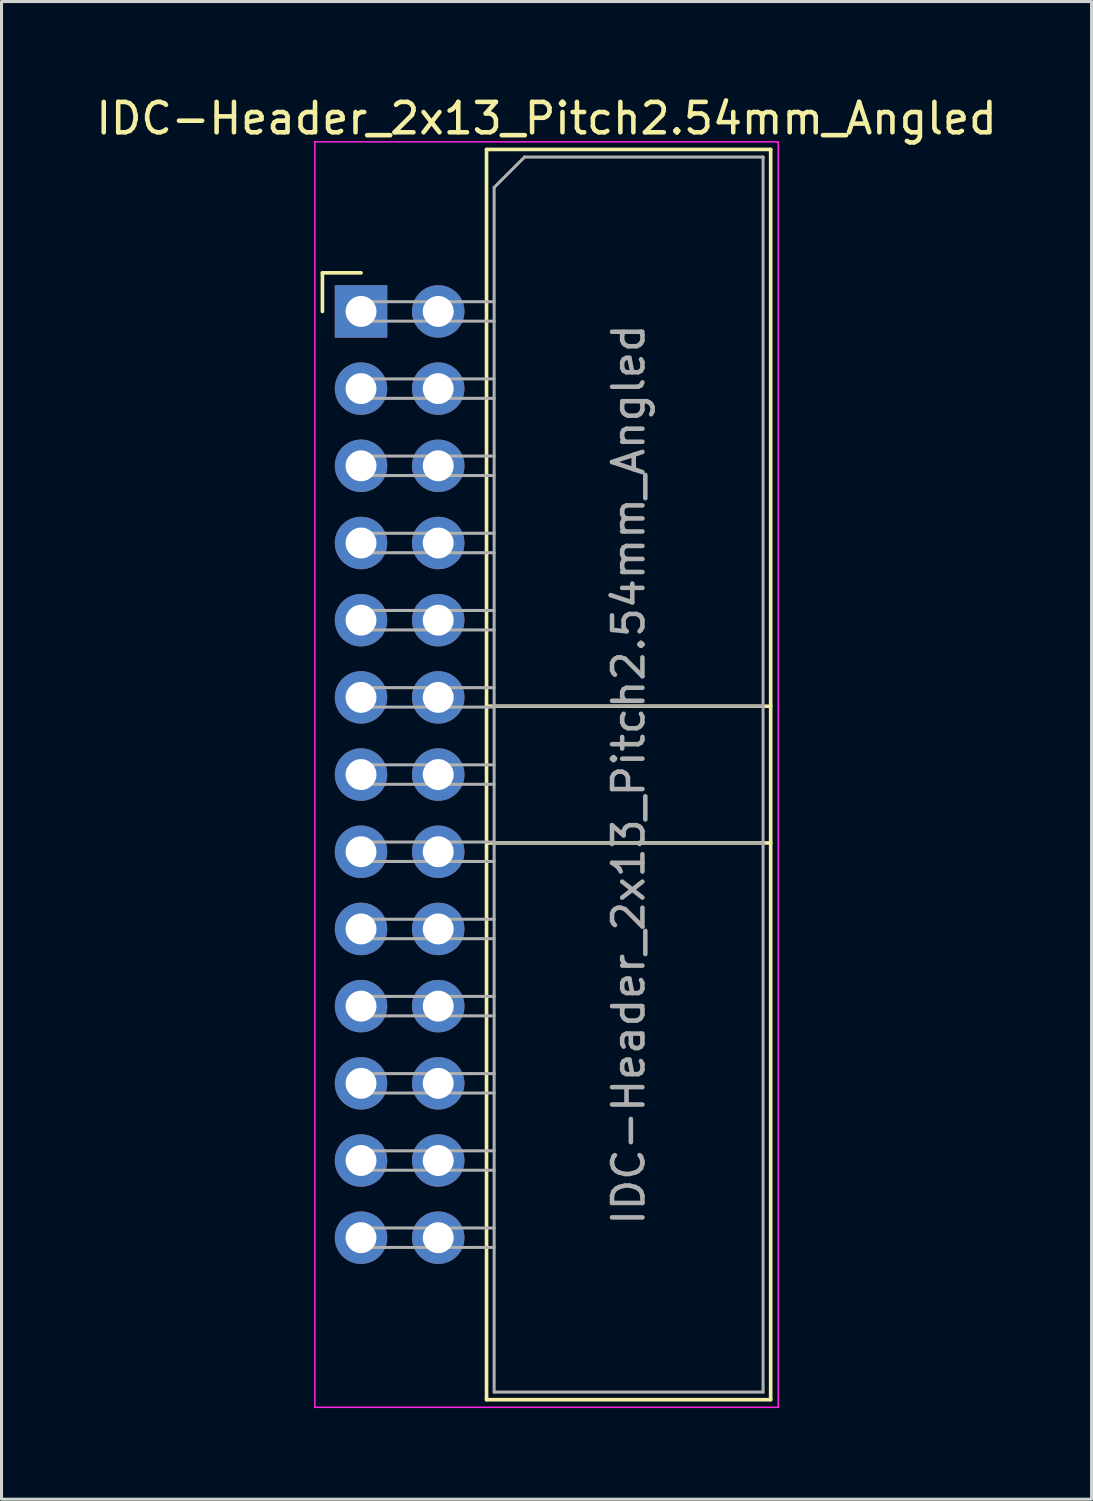
<source format=kicad_pcb>
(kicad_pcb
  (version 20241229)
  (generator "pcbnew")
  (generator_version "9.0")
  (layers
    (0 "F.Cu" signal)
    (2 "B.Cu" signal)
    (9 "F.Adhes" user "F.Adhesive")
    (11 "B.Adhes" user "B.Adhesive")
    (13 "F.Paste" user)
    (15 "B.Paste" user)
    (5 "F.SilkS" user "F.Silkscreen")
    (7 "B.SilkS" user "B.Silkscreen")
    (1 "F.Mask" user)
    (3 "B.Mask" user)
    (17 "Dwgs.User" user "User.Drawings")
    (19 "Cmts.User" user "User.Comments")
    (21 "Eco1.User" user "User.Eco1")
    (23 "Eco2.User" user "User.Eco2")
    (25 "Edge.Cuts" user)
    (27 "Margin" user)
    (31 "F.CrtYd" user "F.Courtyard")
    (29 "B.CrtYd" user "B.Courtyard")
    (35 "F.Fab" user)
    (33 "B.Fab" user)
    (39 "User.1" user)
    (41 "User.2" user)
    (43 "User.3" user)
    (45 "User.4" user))
  (footprint "IDC-Header_2x13_Pitch2.54mm_Angled"
    (layer "F.Cu")
    (at 8.83 7.198)
    (property "Reference" "IDC-Header_2x13_Pitch2.54mm_Angled" (at 6.105 -6.35 0) (layer "F.SilkS") (effects (font (size 1 1) (thickness 0.15))))
    (attr through_hole)
    (fp_line (start -1.27 -1.27) (end -1.27 0) (stroke (width 0.12) (type solid)) (layer "F.SilkS"))
    (fp_line (start 0 -1.27) (end -1.27 -1.27) (stroke (width 0.12) (type solid)) (layer "F.SilkS"))
    (fp_line (start 4.13 -5.33) (end 13.48 -5.33) (stroke (width 0.12) (type solid)) (layer "F.SilkS"))
    (fp_line (start 4.13 12.99) (end 13.48 12.99) (stroke (width 0.12) (type solid)) (layer "F.SilkS"))
    (fp_line (start 4.13 17.49) (end 13.48 17.49) (stroke (width 0.12) (type solid)) (layer "F.SilkS"))
    (fp_line (start 4.13 35.81) (end 4.13 -5.33) (stroke (width 0.12) (type solid)) (layer "F.SilkS"))
    (fp_line (start 4.13 35.81) (end 13.48 35.81) (stroke (width 0.12) (type solid)) (layer "F.SilkS"))
    (fp_line (start 13.48 -5.33) (end 13.48 35.81) (stroke (width 0.12) (type solid)) (layer "F.SilkS"))
    (fp_line (start -1.52 -5.58) (end 13.73 -5.58) (stroke (width 0.05) (type solid)) (layer "F.CrtYd"))
    (fp_line (start -1.52 36.06) (end -1.52 -5.58) (stroke (width 0.05) (type solid)) (layer "F.CrtYd"))
    (fp_line (start 13.73 -5.58) (end 13.73 36.06) (stroke (width 0.05) (type solid)) (layer "F.CrtYd"))
    (fp_line (start 13.73 36.06) (end -1.52 36.06) (stroke (width 0.05) (type solid)) (layer "F.CrtYd"))
    (fp_line (start -0.32 -0.32) (end -0.32 0.32) (stroke (width 0.1) (type solid)) (layer "F.Fab"))
    (fp_line (start -0.32 0.32) (end 4.38 0.32) (stroke (width 0.1) (type solid)) (layer "F.Fab"))
    (fp_line (start -0.32 2.22) (end -0.32 2.86) (stroke (width 0.1) (type solid)) (layer "F.Fab"))
    (fp_line (start -0.32 2.86) (end 4.38 2.86) (stroke (width 0.1) (type solid)) (layer "F.Fab"))
    (fp_line (start -0.32 4.76) (end -0.32 5.4) (stroke (width 0.1) (type solid)) (layer "F.Fab"))
    (fp_line (start -0.32 5.4) (end 4.38 5.4) (stroke (width 0.1) (type solid)) (layer "F.Fab"))
    (fp_line (start -0.32 7.3) (end -0.32 7.94) (stroke (width 0.1) (type solid)) (layer "F.Fab"))
    (fp_line (start -0.32 7.94) (end 4.38 7.94) (stroke (width 0.1) (type solid)) (layer "F.Fab"))
    (fp_line (start -0.32 9.84) (end -0.32 10.48) (stroke (width 0.1) (type solid)) (layer "F.Fab"))
    (fp_line (start -0.32 10.48) (end 4.38 10.48) (stroke (width 0.1) (type solid)) (layer "F.Fab"))
    (fp_line (start -0.32 12.38) (end -0.32 13.02) (stroke (width 0.1) (type solid)) (layer "F.Fab"))
    (fp_line (start -0.32 13.02) (end 4.38 13.02) (stroke (width 0.1) (type solid)) (layer "F.Fab"))
    (fp_line (start -0.32 14.92) (end -0.32 15.56) (stroke (width 0.1) (type solid)) (layer "F.Fab"))
    (fp_line (start -0.32 15.56) (end 4.38 15.56) (stroke (width 0.1) (type solid)) (layer "F.Fab"))
    (fp_line (start -0.32 17.46) (end -0.32 18.1) (stroke (width 0.1) (type solid)) (layer "F.Fab"))
    (fp_line (start -0.32 18.1) (end 4.38 18.1) (stroke (width 0.1) (type solid)) (layer "F.Fab"))
    (fp_line (start -0.32 20) (end -0.32 20.64) (stroke (width 0.1) (type solid)) (layer "F.Fab"))
    (fp_line (start -0.32 20.64) (end 4.38 20.64) (stroke (width 0.1) (type solid)) (layer "F.Fab"))
    (fp_line (start -0.32 22.54) (end -0.32 23.18) (stroke (width 0.1) (type solid)) (layer "F.Fab"))
    (fp_line (start -0.32 23.18) (end 4.38 23.18) (stroke (width 0.1) (type solid)) (layer "F.Fab"))
    (fp_line (start -0.32 25.08) (end -0.32 25.72) (stroke (width 0.1) (type solid)) (layer "F.Fab"))
    (fp_line (start -0.32 25.72) (end 4.38 25.72) (stroke (width 0.1) (type solid)) (layer "F.Fab"))
    (fp_line (start -0.32 27.62) (end -0.32 28.26) (stroke (width 0.1) (type solid)) (layer "F.Fab"))
    (fp_line (start -0.32 28.26) (end 4.38 28.26) (stroke (width 0.1) (type solid)) (layer "F.Fab"))
    (fp_line (start -0.32 30.16) (end -0.32 30.8) (stroke (width 0.1) (type solid)) (layer "F.Fab"))
    (fp_line (start -0.32 30.8) (end 4.38 30.8) (stroke (width 0.1) (type solid)) (layer "F.Fab"))
    (fp_line (start 4.38 -4.08) (end 5.38 -5.08) (stroke (width 0.1) (type solid)) (layer "F.Fab"))
    (fp_line (start 4.38 -0.32) (end -0.32 -0.32) (stroke (width 0.1) (type solid)) (layer "F.Fab"))
    (fp_line (start 4.38 2.22) (end -0.32 2.22) (stroke (width 0.1) (type solid)) (layer "F.Fab"))
    (fp_line (start 4.38 4.76) (end -0.32 4.76) (stroke (width 0.1) (type solid)) (layer "F.Fab"))
    (fp_line (start 4.38 7.3) (end -0.32 7.3) (stroke (width 0.1) (type solid)) (layer "F.Fab"))
    (fp_line (start 4.38 9.84) (end -0.32 9.84) (stroke (width 0.1) (type solid)) (layer "F.Fab"))
    (fp_line (start 4.38 12.38) (end -0.32 12.38) (stroke (width 0.1) (type solid)) (layer "F.Fab"))
    (fp_line (start 4.38 12.99) (end 13.23 12.99) (stroke (width 0.1) (type solid)) (layer "F.Fab"))
    (fp_line (start 4.38 14.92) (end -0.32 14.92) (stroke (width 0.1) (type solid)) (layer "F.Fab"))
    (fp_line (start 4.38 17.46) (end -0.32 17.46) (stroke (width 0.1) (type solid)) (layer "F.Fab"))
    (fp_line (start 4.38 17.49) (end 13.23 17.49) (stroke (width 0.1) (type solid)) (layer "F.Fab"))
    (fp_line (start 4.38 20) (end -0.32 20) (stroke (width 0.1) (type solid)) (layer "F.Fab"))
    (fp_line (start 4.38 22.54) (end -0.32 22.54) (stroke (width 0.1) (type solid)) (layer "F.Fab"))
    (fp_line (start 4.38 25.08) (end -0.32 25.08) (stroke (width 0.1) (type solid)) (layer "F.Fab"))
    (fp_line (start 4.38 27.62) (end -0.32 27.62) (stroke (width 0.1) (type solid)) (layer "F.Fab"))
    (fp_line (start 4.38 30.16) (end -0.32 30.16) (stroke (width 0.1) (type solid)) (layer "F.Fab"))
    (fp_line (start 4.38 35.56) (end 4.38 -4.08) (stroke (width 0.1) (type solid)) (layer "F.Fab"))
    (fp_line (start 4.38 35.56) (end 13.23 35.56) (stroke (width 0.1) (type solid)) (layer "F.Fab"))
    (fp_line (start 5.38 -5.08) (end 13.23 -5.08) (stroke (width 0.1) (type solid)) (layer "F.Fab"))
    (fp_line (start 13.23 35.56) (end 13.23 -5.08) (stroke (width 0.1) (type solid)) (layer "F.Fab"))
    (fp_text user "${REFERENCE}" (at 8.805 15.24 90) (layer "F.Fab") (effects (font (size 1 1) (thickness 0.15))))
    (pad "1" thru_hole rect (at 0 0) (size 1.727 1.727) (drill 1.016) (layers "*.Cu" "*.Mask"))
    (pad "2" thru_hole oval (at 2.54 0) (size 1.727 1.727) (drill 1.016) (layers "*.Cu" "*.Mask"))
    (pad "3" thru_hole oval (at 0 2.54) (size 1.727 1.727) (drill 1.016) (layers "*.Cu" "*.Mask"))
    (pad "4" thru_hole oval (at 2.54 2.54) (size 1.727 1.727) (drill 1.016) (layers "*.Cu" "*.Mask"))
    (pad "5" thru_hole oval (at 0 5.08) (size 1.727 1.727) (drill 1.016) (layers "*.Cu" "*.Mask"))
    (pad "6" thru_hole oval (at 2.54 5.08) (size 1.727 1.727) (drill 1.016) (layers "*.Cu" "*.Mask"))
    (pad "7" thru_hole oval (at 0 7.62) (size 1.727 1.727) (drill 1.016) (layers "*.Cu" "*.Mask"))
    (pad "8" thru_hole oval (at 2.54 7.62) (size 1.727 1.727) (drill 1.016) (layers "*.Cu" "*.Mask"))
    (pad "9" thru_hole oval (at 0 10.16) (size 1.727 1.727) (drill 1.016) (layers "*.Cu" "*.Mask"))
    (pad "10" thru_hole oval (at 2.54 10.16) (size 1.727 1.727) (drill 1.016) (layers "*.Cu" "*.Mask"))
    (pad "11" thru_hole oval (at 0 12.7) (size 1.727 1.727) (drill 1.016) (layers "*.Cu" "*.Mask"))
    (pad "12" thru_hole oval (at 2.54 12.7) (size 1.727 1.727) (drill 1.016) (layers "*.Cu" "*.Mask"))
    (pad "13" thru_hole oval (at 0 15.24) (size 1.727 1.727) (drill 1.016) (layers "*.Cu" "*.Mask"))
    (pad "14" thru_hole oval (at 2.54 15.24) (size 1.727 1.727) (drill 1.016) (layers "*.Cu" "*.Mask"))
    (pad "15" thru_hole oval (at 0 17.78) (size 1.727 1.727) (drill 1.016) (layers "*.Cu" "*.Mask"))
    (pad "16" thru_hole oval (at 2.54 17.78) (size 1.727 1.727) (drill 1.016) (layers "*.Cu" "*.Mask"))
    (pad "17" thru_hole oval (at 0 20.32) (size 1.727 1.727) (drill 1.016) (layers "*.Cu" "*.Mask"))
    (pad "18" thru_hole oval (at 2.54 20.32) (size 1.727 1.727) (drill 1.016) (layers "*.Cu" "*.Mask"))
    (pad "19" thru_hole oval (at 0 22.86) (size 1.727 1.727) (drill 1.016) (layers "*.Cu" "*.Mask"))
    (pad "20" thru_hole oval (at 2.54 22.86) (size 1.727 1.727) (drill 1.016) (layers "*.Cu" "*.Mask"))
    (pad "21" thru_hole oval (at 0 25.4) (size 1.727 1.727) (drill 1.016) (layers "*.Cu" "*.Mask"))
    (pad "22" thru_hole oval (at 2.54 25.4) (size 1.727 1.727) (drill 1.016) (layers "*.Cu" "*.Mask"))
    (pad "23" thru_hole oval (at 0 27.94) (size 1.727 1.727) (drill 1.016) (layers "*.Cu" "*.Mask"))
    (pad "24" thru_hole oval (at 2.54 27.94) (size 1.727 1.727) (drill 1.016) (layers "*.Cu" "*.Mask"))
    (pad "25" thru_hole oval (at 0 30.48) (size 1.727 1.727) (drill 1.016) (layers "*.Cu" "*.Mask"))
    (pad "26" thru_hole oval (at 2.54 30.48) (size 1.727 1.727) (drill 1.016) (layers "*.Cu" "*.Mask")))
  (gr_rect
    (start -3 -3)
    (end 32.869 46.283)
    (stroke (width 0.1) (type default))
    (fill no)
    (layer "Edge.Cuts")))
</source>
